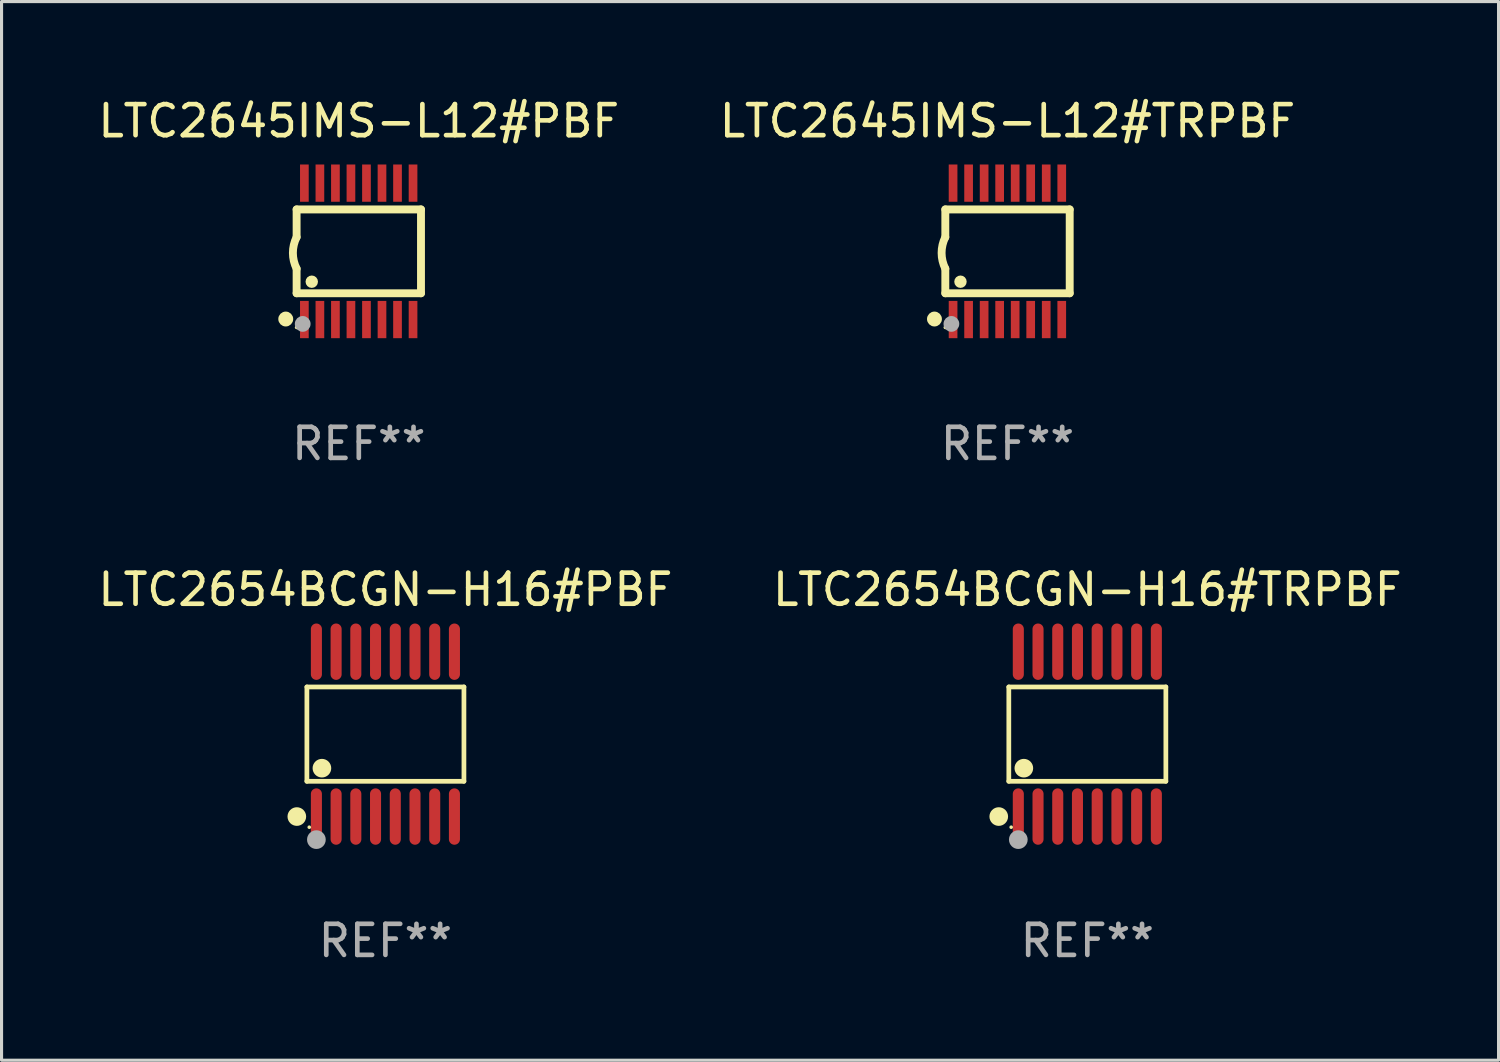
<source format=kicad_pcb>
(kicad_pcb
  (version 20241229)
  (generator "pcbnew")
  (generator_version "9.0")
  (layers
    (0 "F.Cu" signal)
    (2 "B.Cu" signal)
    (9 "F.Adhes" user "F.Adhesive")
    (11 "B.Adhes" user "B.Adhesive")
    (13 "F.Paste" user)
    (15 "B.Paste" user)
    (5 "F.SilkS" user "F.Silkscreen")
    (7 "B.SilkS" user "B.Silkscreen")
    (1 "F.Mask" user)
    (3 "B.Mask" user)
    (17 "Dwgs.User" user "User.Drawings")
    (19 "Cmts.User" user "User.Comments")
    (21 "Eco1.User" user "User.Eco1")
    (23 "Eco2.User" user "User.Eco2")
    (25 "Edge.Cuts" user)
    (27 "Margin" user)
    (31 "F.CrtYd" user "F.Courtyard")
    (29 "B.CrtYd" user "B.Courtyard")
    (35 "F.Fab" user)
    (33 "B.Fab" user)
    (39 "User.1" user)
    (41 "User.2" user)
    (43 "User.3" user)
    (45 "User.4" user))
  (footprint "LTC2645IMS-L12#PBF"
    (layer "F.Cu")
    (at 8.506 5.045)
    (property "Reference" "LTC2645IMS-L12#PBF" (at 0 -4.197 0) (layer "F.SilkS") (effects (font (size 1 1) (thickness 0.15))))
    (attr through_hole)
    (fp_line (start -2.003 -1.35) (end -2.003 -0.457) (stroke (width 0.254) (type solid)) (layer "F.SilkS"))
    (fp_line (start -2.003 -1.35) (end 2.003 -1.35) (stroke (width 0.254) (type solid)) (layer "F.SilkS"))
    (fp_line (start -2.003 1.35) (end -2.003 0.559) (stroke (width 0.254) (type solid)) (layer "F.SilkS"))
    (fp_line (start -2.003 1.35) (end 2.003 1.35) (stroke (width 0.254) (type solid)) (layer "F.SilkS"))
    (fp_line (start 2.003 -1.35) (end 2.003 1.35) (stroke (width 0.254) (type solid)) (layer "F.SilkS"))
    (fp_arc (start -2.002286 0.558802) (mid -2.122556 0.05092) (end -2.003302 -0.457201) (stroke (width 0.254001) (type solid)) (layer "F.SilkS"))
    (fp_circle (center -2.353 2.18) (end -2.233 2.18) (stroke (width 0.24) (type solid)) (fill no) (layer "F.SilkS"))
    (fp_circle (center -2.003 2.45) (end -1.973 2.45) (stroke (width 0.06) (type solid)) (fill no) (layer "F.SilkS"))
    (fp_circle (center -1.515 0.978) (end -1.415 0.978) (stroke (width 0.2) (type solid)) (fill no) (layer "F.SilkS"))
    (fp_circle (center -1.807 2.337) (end -1.68 2.337) (stroke (width 0.254) (type solid)) (fill no) (layer "F.Fab"))
    (fp_text user "REF**" (at 0 6.197 0) (layer "F.Fab") (effects (font (size 1 1) (thickness 0.15))))
    (pad "1" smd rect (at -1.753 2.197 90) (size 1.2 0.28) (layers "F.Cu" "F.Mask" "F.Paste"))
    (pad "2" smd rect (at -1.253 2.197 90) (size 1.2 0.28) (layers "F.Cu" "F.Mask" "F.Paste"))
    (pad "3" smd rect (at -0.753 2.197 90) (size 1.2 0.28) (layers "F.Cu" "F.Mask" "F.Paste"))
    (pad "4" smd rect (at -0.253 2.197 90) (size 1.2 0.28) (layers "F.Cu" "F.Mask" "F.Paste"))
    (pad "5" smd rect (at 0.247 2.197 90) (size 1.2 0.28) (layers "F.Cu" "F.Mask" "F.Paste"))
    (pad "6" smd rect (at 0.747 2.197 90) (size 1.2 0.28) (layers "F.Cu" "F.Mask" "F.Paste"))
    (pad "7" smd rect (at 1.247 2.197 90) (size 1.2 0.28) (layers "F.Cu" "F.Mask" "F.Paste"))
    (pad "8" smd rect (at 1.747 2.197 90) (size 1.2 0.28) (layers "F.Cu" "F.Mask" "F.Paste"))
    (pad "9" smd rect (at 1.747 -2.197 90) (size 1.2 0.28) (layers "F.Cu" "F.Mask" "F.Paste"))
    (pad "10" smd rect (at 1.247 -2.197 90) (size 1.2 0.28) (layers "F.Cu" "F.Mask" "F.Paste"))
    (pad "11" smd rect (at 0.747 -2.197 90) (size 1.2 0.28) (layers "F.Cu" "F.Mask" "F.Paste"))
    (pad "12" smd rect (at 0.247 -2.197 90) (size 1.2 0.28) (layers "F.Cu" "F.Mask" "F.Paste"))
    (pad "13" smd rect (at -0.253 -2.197 90) (size 1.2 0.28) (layers "F.Cu" "F.Mask" "F.Paste"))
    (pad "14" smd rect (at -0.753 -2.197 90) (size 1.2 0.28) (layers "F.Cu" "F.Mask" "F.Paste"))
    (pad "15" smd rect (at -1.253 -2.197 90) (size 1.2 0.28) (layers "F.Cu" "F.Mask" "F.Paste"))
    (pad "16" smd rect (at -1.753 -2.197 90) (size 1.2 0.28) (layers "F.Cu" "F.Mask" "F.Paste")))
  (footprint "LTC2654BCGN-H16#TRPBF"
    (layer "F.Cu")
    (at 31.97 20.594)
    (property "Reference" "LTC2654BCGN-H16#TRPBF" (at 0 -4.655 0) (layer "F.SilkS") (effects (font (size 1 1) (thickness 0.15))))
    (attr through_hole)
    (fp_line (start -2.529 -1.519) (end 2.529 -1.519) (stroke (width 0.152) (type solid)) (layer "F.SilkS"))
    (fp_line (start -2.529 1.519) (end -2.529 -1.519) (stroke (width 0.152) (type solid)) (layer "F.SilkS"))
    (fp_line (start 2.529 -1.519) (end 2.529 1.519) (stroke (width 0.152) (type solid)) (layer "F.SilkS"))
    (fp_line (start 2.529 1.519) (end -2.529 1.519) (stroke (width 0.152) (type solid)) (layer "F.SilkS"))
    (fp_circle (center -2.853 2.655) (end -2.703 2.655) (stroke (width 0.3) (type solid)) (fill no) (layer "F.SilkS"))
    (fp_circle (center -2.453 2.998) (end -2.423 2.998) (stroke (width 0.06) (type solid)) (fill no) (layer "F.SilkS"))
    (fp_circle (center -2.045 1.097) (end -1.895 1.097) (stroke (width 0.3) (type solid)) (fill no) (layer "F.SilkS"))
    (fp_circle (center -2.223 3.398) (end -2.072 3.398) (stroke (width 0.3) (type solid)) (fill no) (layer "F.Fab"))
    (fp_text user "REF**" (at 0 6.655 0) (layer "F.Fab") (effects (font (size 1 1) (thickness 0.15))))
    (pad "1" smd oval (at -2.223 2.655) (size 0.356 1.815) (layers "F.Cu" "F.Mask" "F.Paste"))
    (pad "2" smd oval (at -1.588 2.655) (size 0.356 1.815) (layers "F.Cu" "F.Mask" "F.Paste"))
    (pad "3" smd oval (at -0.953 2.655) (size 0.356 1.815) (layers "F.Cu" "F.Mask" "F.Paste"))
    (pad "4" smd oval (at -0.318 2.655) (size 0.356 1.815) (layers "F.Cu" "F.Mask" "F.Paste"))
    (pad "5" smd oval (at 0.318 2.655) (size 0.356 1.815) (layers "F.Cu" "F.Mask" "F.Paste"))
    (pad "6" smd oval (at 0.953 2.655) (size 0.356 1.815) (layers "F.Cu" "F.Mask" "F.Paste"))
    (pad "7" smd oval (at 1.588 2.655) (size 0.356 1.815) (layers "F.Cu" "F.Mask" "F.Paste"))
    (pad "8" smd oval (at 2.223 2.655) (size 0.356 1.815) (layers "F.Cu" "F.Mask" "F.Paste"))
    (pad "9" smd oval (at 2.223 -2.655) (size 0.356 1.815) (layers "F.Cu" "F.Mask" "F.Paste"))
    (pad "10" smd oval (at 1.588 -2.655) (size 0.356 1.815) (layers "F.Cu" "F.Mask" "F.Paste"))
    (pad "11" smd oval (at 0.953 -2.655) (size 0.356 1.815) (layers "F.Cu" "F.Mask" "F.Paste"))
    (pad "12" smd oval (at 0.318 -2.655) (size 0.356 1.815) (layers "F.Cu" "F.Mask" "F.Paste"))
    (pad "13" smd oval (at -0.318 -2.655) (size 0.356 1.815) (layers "F.Cu" "F.Mask" "F.Paste"))
    (pad "14" smd oval (at -0.953 -2.655) (size 0.356 1.815) (layers "F.Cu" "F.Mask" "F.Paste"))
    (pad "15" smd oval (at -1.588 -2.655) (size 0.356 1.815) (layers "F.Cu" "F.Mask" "F.Paste"))
    (pad "16" smd oval (at -2.223 -2.655) (size 0.356 1.815) (layers "F.Cu" "F.Mask" "F.Paste")))
  (footprint "LTC2645IMS-L12#TRPBF"
    (layer "F.Cu")
    (at 29.399 5.045)
    (property "Reference" "LTC2645IMS-L12#TRPBF" (at 0 -4.197 0) (layer "F.SilkS") (effects (font (size 1 1) (thickness 0.15))))
    (attr through_hole)
    (fp_line (start -2.003 -1.35) (end -2.003 -0.457) (stroke (width 0.254) (type solid)) (layer "F.SilkS"))
    (fp_line (start -2.003 -1.35) (end 2.003 -1.35) (stroke (width 0.254) (type solid)) (layer "F.SilkS"))
    (fp_line (start -2.003 1.35) (end -2.003 0.559) (stroke (width 0.254) (type solid)) (layer "F.SilkS"))
    (fp_line (start -2.003 1.35) (end 2.003 1.35) (stroke (width 0.254) (type solid)) (layer "F.SilkS"))
    (fp_line (start 2.003 -1.35) (end 2.003 1.35) (stroke (width 0.254) (type solid)) (layer "F.SilkS"))
    (fp_arc (start -2.002286 0.558802) (mid -2.122556 0.05092) (end -2.003302 -0.457201) (stroke (width 0.254001) (type solid)) (layer "F.SilkS"))
    (fp_circle (center -2.353 2.18) (end -2.233 2.18) (stroke (width 0.24) (type solid)) (fill no) (layer "F.SilkS"))
    (fp_circle (center -2.003 2.45) (end -1.973 2.45) (stroke (width 0.06) (type solid)) (fill no) (layer "F.SilkS"))
    (fp_circle (center -1.515 0.978) (end -1.415 0.978) (stroke (width 0.2) (type solid)) (fill no) (layer "F.SilkS"))
    (fp_circle (center -1.807 2.337) (end -1.68 2.337) (stroke (width 0.254) (type solid)) (fill no) (layer "F.Fab"))
    (fp_text user "REF**" (at 0 6.197 0) (layer "F.Fab") (effects (font (size 1 1) (thickness 0.15))))
    (pad "1" smd rect (at -1.753 2.197 90) (size 1.2 0.28) (layers "F.Cu" "F.Mask" "F.Paste"))
    (pad "2" smd rect (at -1.253 2.197 90) (size 1.2 0.28) (layers "F.Cu" "F.Mask" "F.Paste"))
    (pad "3" smd rect (at -0.753 2.197 90) (size 1.2 0.28) (layers "F.Cu" "F.Mask" "F.Paste"))
    (pad "4" smd rect (at -0.253 2.197 90) (size 1.2 0.28) (layers "F.Cu" "F.Mask" "F.Paste"))
    (pad "5" smd rect (at 0.247 2.197 90) (size 1.2 0.28) (layers "F.Cu" "F.Mask" "F.Paste"))
    (pad "6" smd rect (at 0.747 2.197 90) (size 1.2 0.28) (layers "F.Cu" "F.Mask" "F.Paste"))
    (pad "7" smd rect (at 1.247 2.197 90) (size 1.2 0.28) (layers "F.Cu" "F.Mask" "F.Paste"))
    (pad "8" smd rect (at 1.747 2.197 90) (size 1.2 0.28) (layers "F.Cu" "F.Mask" "F.Paste"))
    (pad "9" smd rect (at 1.747 -2.197 90) (size 1.2 0.28) (layers "F.Cu" "F.Mask" "F.Paste"))
    (pad "10" smd rect (at 1.247 -2.197 90) (size 1.2 0.28) (layers "F.Cu" "F.Mask" "F.Paste"))
    (pad "11" smd rect (at 0.747 -2.197 90) (size 1.2 0.28) (layers "F.Cu" "F.Mask" "F.Paste"))
    (pad "12" smd rect (at 0.247 -2.197 90) (size 1.2 0.28) (layers "F.Cu" "F.Mask" "F.Paste"))
    (pad "13" smd rect (at -0.253 -2.197 90) (size 1.2 0.28) (layers "F.Cu" "F.Mask" "F.Paste"))
    (pad "14" smd rect (at -0.753 -2.197 90) (size 1.2 0.28) (layers "F.Cu" "F.Mask" "F.Paste"))
    (pad "15" smd rect (at -1.253 -2.197 90) (size 1.2 0.28) (layers "F.Cu" "F.Mask" "F.Paste"))
    (pad "16" smd rect (at -1.753 -2.197 90) (size 1.2 0.28) (layers "F.Cu" "F.Mask" "F.Paste")))
  (footprint "LTC2654BCGN-H16#PBF"
    (layer "F.Cu")
    (at 9.363 20.594)
    (property "Reference" "LTC2654BCGN-H16#PBF" (at 0 -4.655 0) (layer "F.SilkS") (effects (font (size 1 1) (thickness 0.15))))
    (attr through_hole)
    (fp_line (start -2.529 -1.519) (end 2.529 -1.519) (stroke (width 0.152) (type solid)) (layer "F.SilkS"))
    (fp_line (start -2.529 1.519) (end -2.529 -1.519) (stroke (width 0.152) (type solid)) (layer "F.SilkS"))
    (fp_line (start 2.529 -1.519) (end 2.529 1.519) (stroke (width 0.152) (type solid)) (layer "F.SilkS"))
    (fp_line (start 2.529 1.519) (end -2.529 1.519) (stroke (width 0.152) (type solid)) (layer "F.SilkS"))
    (fp_circle (center -2.853 2.655) (end -2.703 2.655) (stroke (width 0.3) (type solid)) (fill no) (layer "F.SilkS"))
    (fp_circle (center -2.453 2.998) (end -2.423 2.998) (stroke (width 0.06) (type solid)) (fill no) (layer "F.SilkS"))
    (fp_circle (center -2.045 1.097) (end -1.895 1.097) (stroke (width 0.3) (type solid)) (fill no) (layer "F.SilkS"))
    (fp_circle (center -2.223 3.398) (end -2.072 3.398) (stroke (width 0.3) (type solid)) (fill no) (layer "F.Fab"))
    (fp_text user "REF**" (at 0 6.655 0) (layer "F.Fab") (effects (font (size 1 1) (thickness 0.15))))
    (pad "1" smd oval (at -2.223 2.655) (size 0.356 1.815) (layers "F.Cu" "F.Mask" "F.Paste"))
    (pad "2" smd oval (at -1.588 2.655) (size 0.356 1.815) (layers "F.Cu" "F.Mask" "F.Paste"))
    (pad "3" smd oval (at -0.953 2.655) (size 0.356 1.815) (layers "F.Cu" "F.Mask" "F.Paste"))
    (pad "4" smd oval (at -0.318 2.655) (size 0.356 1.815) (layers "F.Cu" "F.Mask" "F.Paste"))
    (pad "5" smd oval (at 0.318 2.655) (size 0.356 1.815) (layers "F.Cu" "F.Mask" "F.Paste"))
    (pad "6" smd oval (at 0.953 2.655) (size 0.356 1.815) (layers "F.Cu" "F.Mask" "F.Paste"))
    (pad "7" smd oval (at 1.588 2.655) (size 0.356 1.815) (layers "F.Cu" "F.Mask" "F.Paste"))
    (pad "8" smd oval (at 2.223 2.655) (size 0.356 1.815) (layers "F.Cu" "F.Mask" "F.Paste"))
    (pad "9" smd oval (at 2.223 -2.655) (size 0.356 1.815) (layers "F.Cu" "F.Mask" "F.Paste"))
    (pad "10" smd oval (at 1.588 -2.655) (size 0.356 1.815) (layers "F.Cu" "F.Mask" "F.Paste"))
    (pad "11" smd oval (at 0.953 -2.655) (size 0.356 1.815) (layers "F.Cu" "F.Mask" "F.Paste"))
    (pad "12" smd oval (at 0.318 -2.655) (size 0.356 1.815) (layers "F.Cu" "F.Mask" "F.Paste"))
    (pad "13" smd oval (at -0.318 -2.655) (size 0.356 1.815) (layers "F.Cu" "F.Mask" "F.Paste"))
    (pad "14" smd oval (at -0.953 -2.655) (size 0.356 1.815) (layers "F.Cu" "F.Mask" "F.Paste"))
    (pad "15" smd oval (at -1.588 -2.655) (size 0.356 1.815) (layers "F.Cu" "F.Mask" "F.Paste"))
    (pad "16" smd oval (at -2.223 -2.655) (size 0.356 1.815) (layers "F.Cu" "F.Mask" "F.Paste")))
  (gr_rect
    (start -3 -3)
    (end 45.214 31.097)
    (stroke (width 0.1) (type default))
    (fill no)
    (layer "Edge.Cuts")))
</source>
